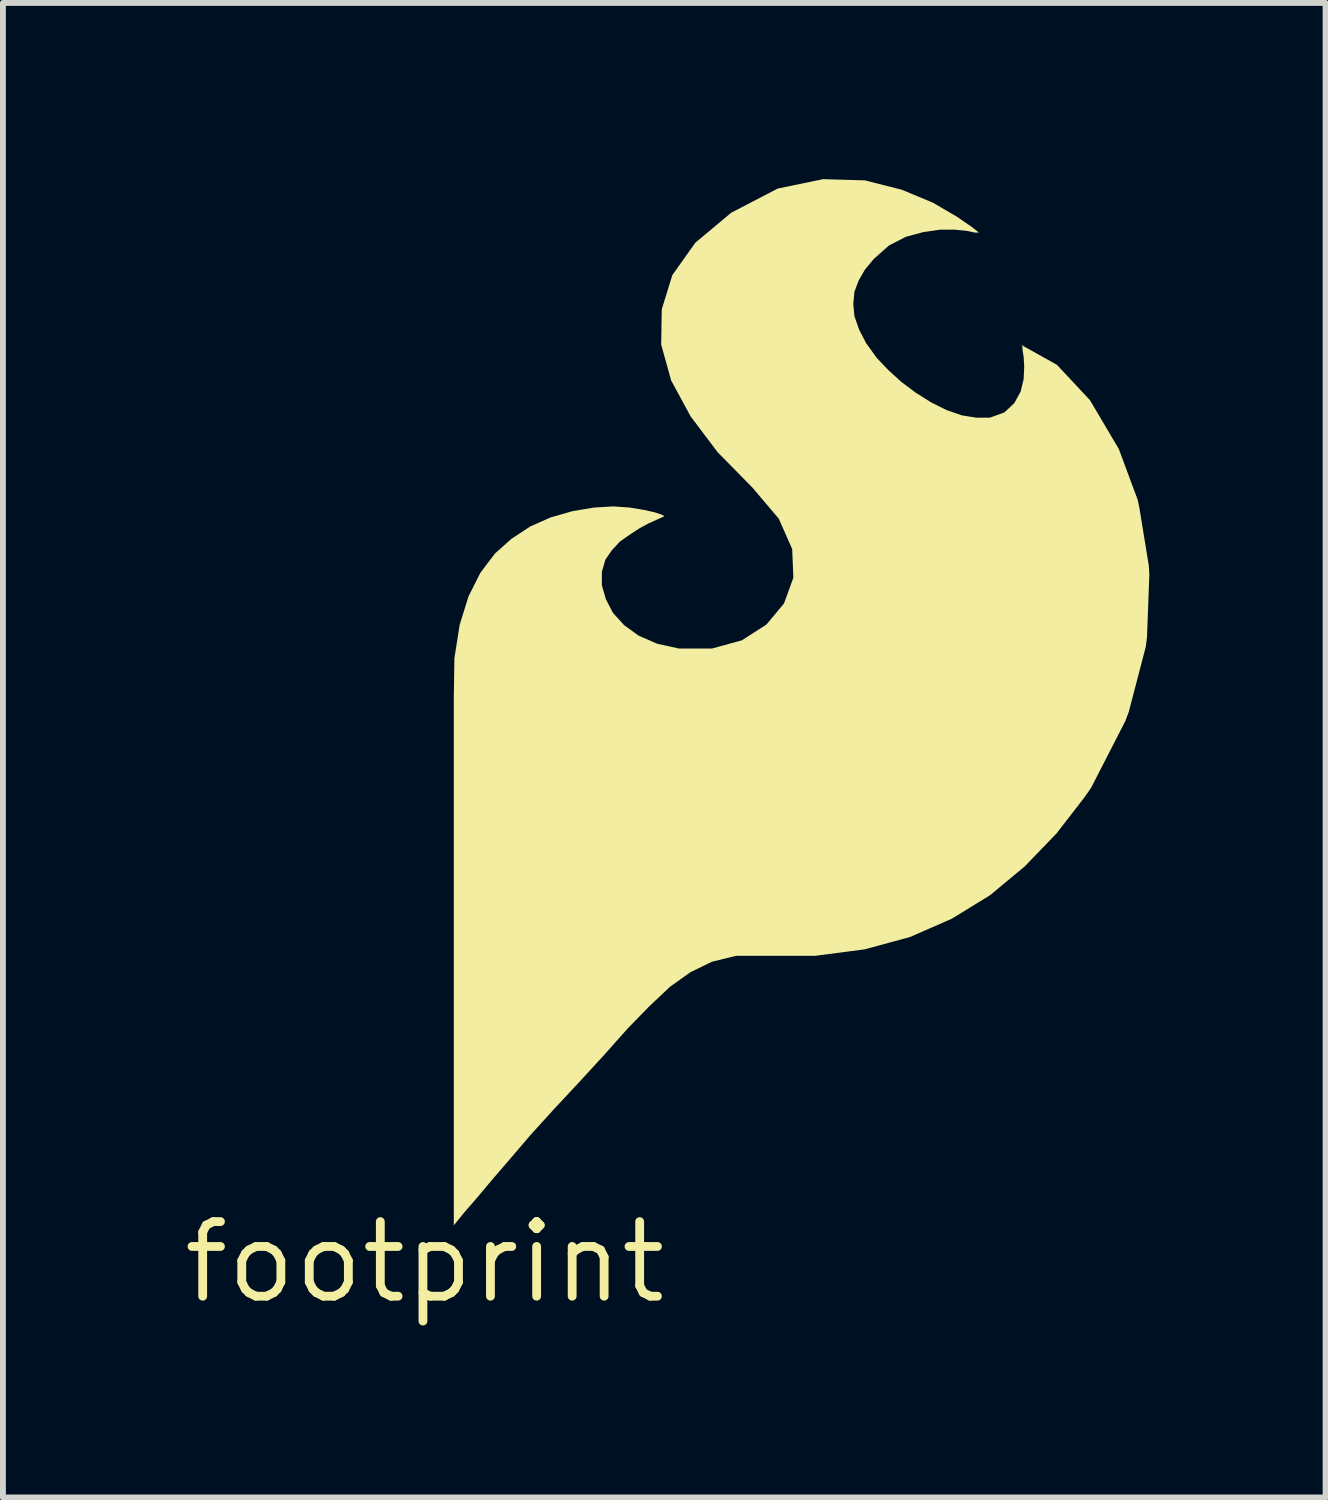
<source format=kicad_pcb>
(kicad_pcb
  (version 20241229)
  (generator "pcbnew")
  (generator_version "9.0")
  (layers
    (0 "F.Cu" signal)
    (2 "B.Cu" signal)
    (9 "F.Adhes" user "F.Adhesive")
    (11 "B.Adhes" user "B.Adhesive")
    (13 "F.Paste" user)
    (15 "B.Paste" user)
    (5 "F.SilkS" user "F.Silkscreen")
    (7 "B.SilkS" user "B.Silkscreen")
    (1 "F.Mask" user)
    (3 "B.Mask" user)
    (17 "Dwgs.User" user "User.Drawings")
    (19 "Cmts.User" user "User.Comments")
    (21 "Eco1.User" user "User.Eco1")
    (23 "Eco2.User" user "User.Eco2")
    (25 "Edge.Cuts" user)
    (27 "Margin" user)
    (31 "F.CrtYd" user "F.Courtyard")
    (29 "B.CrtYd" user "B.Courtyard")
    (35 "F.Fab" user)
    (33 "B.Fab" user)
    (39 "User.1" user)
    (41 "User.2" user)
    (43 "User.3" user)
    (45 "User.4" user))
  (footprint "footprint"
    (layer "F.Cu")
    (at 4.18 18.435)
    (property "Reference" "footprint" (at 0 0 0) (layer "F.SilkS") (effects (font (size 1.27 1.27) (thickness 0.15))))
    (fp_poly (pts (xy 7.491 -18.415) (xy 8.122 -18.255) (xy 8.652 -18.034) (xy 9.063 -17.794) (xy 9.323 -17.614) (xy 9.434 -17.525) (xy 9.369 -17.525) (xy 9.229 -17.555) (xy 9.03 -17.575) (xy 8.77 -17.575) (xy 8.491 -17.535) (xy 8.192 -17.455) (xy 7.903 -17.306) (xy 7.644 -17.077) (xy 7.494 -16.897) (xy 7.385 -16.708) (xy 7.315 -16.519) (xy 7.295 -16.31) (xy 7.315 -16.101) (xy 7.395 -15.872) (xy 7.514 -15.643) (xy 7.694 -15.393) (xy 7.893 -15.184) (xy 8.113 -14.984) (xy 8.353 -14.804) (xy 8.622 -14.634) (xy 8.882 -14.505) (xy 9.141 -14.415) (xy 9.39 -14.375) (xy 9.619 -14.375) (xy 9.867 -14.464) (xy 10.036 -14.623) (xy 10.145 -14.822) (xy 10.195 -15.031) (xy 10.205 -15.24) (xy 10.195 -15.409) (xy 10.175 -15.54) (xy 10.175 -15.579) (xy 10.158 -15.612) (xy 10.763 -15.274) (xy 11.324 -14.673) (xy 11.815 -13.842) (xy 12.135 -12.981) (xy 12.165 -12.841) (xy 12.325 -11.861) (xy 12.335 -11.71) (xy 12.295 -10.64) (xy 12.275 -10.479) (xy 11.985 -9.368) (xy 11.925 -9.208) (xy 11.344 -8.077) (xy 11.234 -7.917) (xy 10.754 -7.297) (xy 10.213 -6.736) (xy 9.623 -6.246) (xy 8.972 -5.846) (xy 8.262 -5.535) (xy 7.491 -5.325) (xy 6.65 -5.215) (xy 5.301 -5.215) (xy 4.892 -5.115) (xy 4.523 -4.936) (xy 4.173 -4.686) (xy 3.824 -4.356) (xy 3.454 -3.977) (xy 3.054 -3.527) (xy 2.604 -3.037) (xy 2.184 -2.587) (xy 1.794 -2.157) (xy 1.444 -1.747) (xy 1.134 -1.387) (xy 0.874 -1.077) (xy 0.674 -0.847) (xy 0.544 -0.687) (xy 0.544 -0.687) (xy 0.495 -0.626) (xy 0.495 -9.61) (xy 0.505 -10.28) (xy 0.595 -10.851) (xy 0.745 -11.332) (xy 0.946 -11.733) (xy 1.196 -12.063) (xy 1.477 -12.314) (xy 1.798 -12.524) (xy 2.138 -12.675) (xy 2.519 -12.785) (xy 2.879 -12.845) (xy 3.21 -12.865) (xy 3.491 -12.845) (xy 3.731 -12.805) (xy 3.911 -12.765) (xy 4.032 -12.725) (xy 4.081 -12.7) (xy 4.032 -12.675) (xy 3.942 -12.635) (xy 3.812 -12.576) (xy 3.663 -12.496) (xy 3.493 -12.386) (xy 3.323 -12.266) (xy 3.184 -12.117) (xy 3.075 -11.958) (xy 3.015 -11.749) (xy 3.015 -11.521) (xy 3.085 -11.282) (xy 3.204 -11.053) (xy 3.393 -10.844) (xy 3.642 -10.664) (xy 3.962 -10.525) (xy 4.331 -10.445) (xy 4.889 -10.445) (xy 5.398 -10.585) (xy 5.817 -10.854) (xy 6.116 -11.213) (xy 6.275 -11.651) (xy 6.255 -12.139) (xy 6.026 -12.657) (xy 5.576 -13.187) (xy 4.986 -13.787) (xy 4.526 -14.397) (xy 4.195 -15.008) (xy 4.025 -15.619) (xy 4.035 -16.221) (xy 4.215 -16.802) (xy 4.606 -17.353) (xy 5.217 -17.864) (xy 6.008 -18.275) (xy 6.78 -18.435)) (stroke (width 0) (type solid)) (fill yes) (layer "F.SilkS")))
  (gr_rect
    (start -3 -3)
    (end 19.515 22.441)
    (stroke (width 0.1) (type default))
    (fill no)
    (layer "Edge.Cuts")))
</source>
